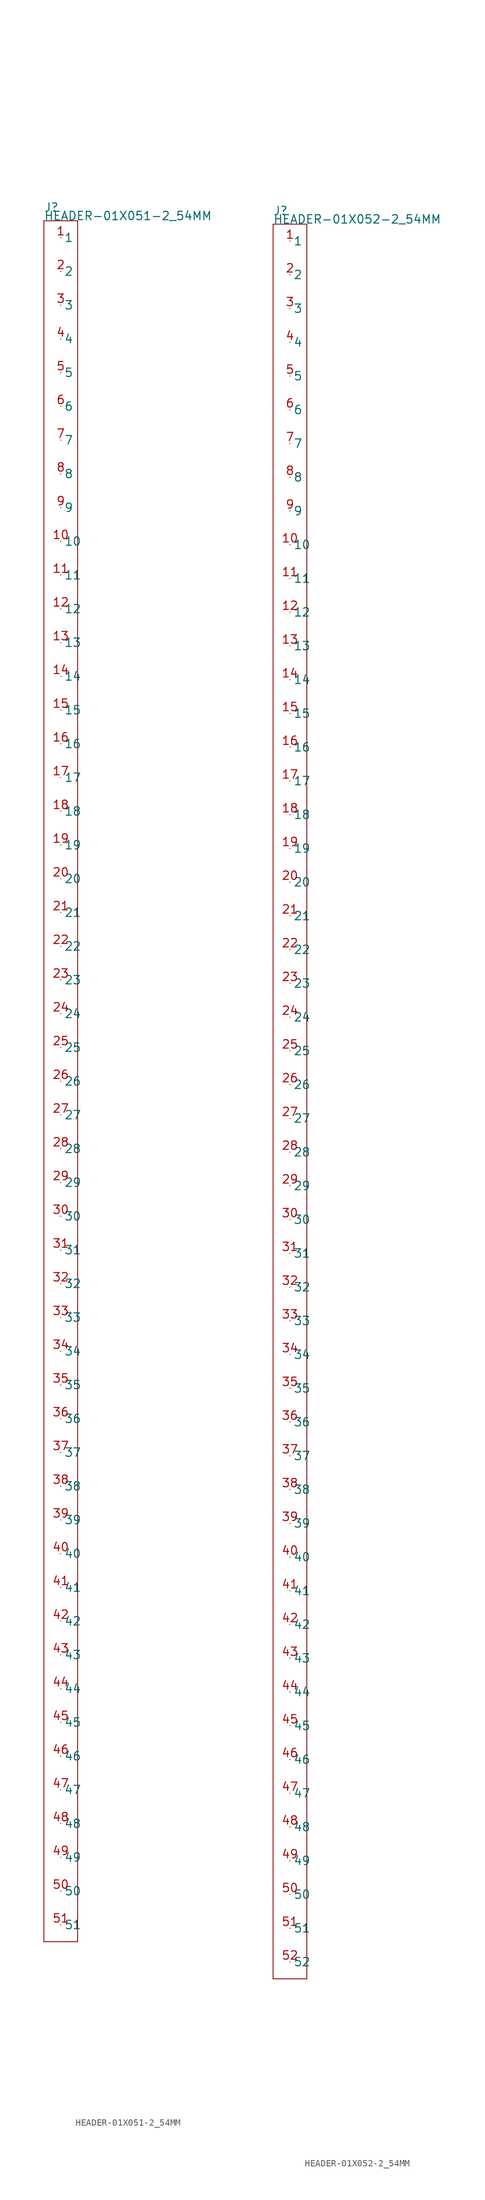
<source format=kicad_sym>
(kicad_symbol_lib
  (version 20211014)
  (generator kicad_symbol_editor)
  (symbol "HEADER-01X051-2_54MM"
    (pin_names)
    (property "Reference" "J"
      (at -2.54 130.81 0)
      (effects (font (size 1.27 1.27)) (justify left bottom)))
    (property "Value" "HEADER-01X051-2_54MM"
      (at -2.54 129.54 0)
      (effects (font (size 1.27 1.27)) (justify left bottom)))
    (property "Datasheet" ""
      (at 0 0 0))
    (property "ki_description" "Header 1x51  - Header Vertical 51POS 2.54MM Technical Specifications: Pitch: 0.1\" (2.54mm) "
      (at 0 0 0))
    (property "ki_fp_filters" "FlashPCB_Connectors:HEADER-THT-01X051-2_54MM FlashPCB_Connectors:HEADER-THT-LONG-01X051-2_54MM FlashPCB_Connectors:HEADER-THT-NOSILK-01X051-2_54MM FlashPCB_Connectors:HEADER-THT-LONG-NOSILK-01X051-2_54MM"
      (at 0 0 0))
    (symbol "HEADER-01X051-2_54MM_1_1"
      (polyline (pts (xy -2.54 129.54) (xy 2.54 129.54)) (stroke (width 0.127)) (fill (type none)))
      (polyline (pts (xy 2.54 129.54) (xy 2.54 -129.54)) (stroke (width 0.127)) (fill (type none)))
      (polyline (pts (xy 2.54 -129.54) (xy -2.54 -129.54)) (stroke (width 0.127)) (fill (type none)))
      (polyline (pts (xy -2.54 -129.54) (xy -2.54 129.54)) (stroke (width 0.127)) (fill (type none)))
      (pin bidirectional line (at 0 127 0) (length 0) (name "1" (effects (font (size 1.27 1.27)))) (number "1" (effects (font (size 1.27 1.27)))))
      (pin bidirectional line (at 0 121.92 0) (length 0) (name "2" (effects (font (size 1.27 1.27)))) (number "2" (effects (font (size 1.27 1.27)))))
      (pin bidirectional line (at 0 116.84 0) (length 0) (name "3" (effects (font (size 1.27 1.27)))) (number "3" (effects (font (size 1.27 1.27)))))
      (pin bidirectional line (at 0 111.76 0) (length 0) (name "4" (effects (font (size 1.27 1.27)))) (number "4" (effects (font (size 1.27 1.27)))))
      (pin bidirectional line (at 0 106.68 0) (length 0) (name "5" (effects (font (size 1.27 1.27)))) (number "5" (effects (font (size 1.27 1.27)))))
      (pin bidirectional line (at 0 101.6 0) (length 0) (name "6" (effects (font (size 1.27 1.27)))) (number "6" (effects (font (size 1.27 1.27)))))
      (pin bidirectional line (at 0 96.52 0) (length 0) (name "7" (effects (font (size 1.27 1.27)))) (number "7" (effects (font (size 1.27 1.27)))))
      (pin bidirectional line (at 0 91.44 0) (length 0) (name "8" (effects (font (size 1.27 1.27)))) (number "8" (effects (font (size 1.27 1.27)))))
      (pin bidirectional line (at 0 86.36 0) (length 0) (name "9" (effects (font (size 1.27 1.27)))) (number "9" (effects (font (size 1.27 1.27)))))
      (pin bidirectional line (at 0 81.28 0) (length 0) (name "10" (effects (font (size 1.27 1.27)))) (number "10" (effects (font (size 1.27 1.27)))))
      (pin bidirectional line (at 0 76.2 0) (length 0) (name "11" (effects (font (size 1.27 1.27)))) (number "11" (effects (font (size 1.27 1.27)))))
      (pin bidirectional line (at 0 71.12 0) (length 0) (name "12" (effects (font (size 1.27 1.27)))) (number "12" (effects (font (size 1.27 1.27)))))
      (pin bidirectional line (at 0 66.04 0) (length 0) (name "13" (effects (font (size 1.27 1.27)))) (number "13" (effects (font (size 1.27 1.27)))))
      (pin bidirectional line (at 0 60.96 0) (length 0) (name "14" (effects (font (size 1.27 1.27)))) (number "14" (effects (font (size 1.27 1.27)))))
      (pin bidirectional line (at 0 55.88 0) (length 0) (name "15" (effects (font (size 1.27 1.27)))) (number "15" (effects (font (size 1.27 1.27)))))
      (pin bidirectional line (at 0 50.8 0) (length 0) (name "16" (effects (font (size 1.27 1.27)))) (number "16" (effects (font (size 1.27 1.27)))))
      (pin bidirectional line (at 0 45.72 0) (length 0) (name "17" (effects (font (size 1.27 1.27)))) (number "17" (effects (font (size 1.27 1.27)))))
      (pin bidirectional line (at 0 40.64 0) (length 0) (name "18" (effects (font (size 1.27 1.27)))) (number "18" (effects (font (size 1.27 1.27)))))
      (pin bidirectional line (at 0 35.56 0) (length 0) (name "19" (effects (font (size 1.27 1.27)))) (number "19" (effects (font (size 1.27 1.27)))))
      (pin bidirectional line (at 0 30.48 0) (length 0) (name "20" (effects (font (size 1.27 1.27)))) (number "20" (effects (font (size 1.27 1.27)))))
      (pin bidirectional line (at 0 25.4 0) (length 0) (name "21" (effects (font (size 1.27 1.27)))) (number "21" (effects (font (size 1.27 1.27)))))
      (pin bidirectional line (at 0 20.32 0) (length 0) (name "22" (effects (font (size 1.27 1.27)))) (number "22" (effects (font (size 1.27 1.27)))))
      (pin bidirectional line (at 0 15.24 0) (length 0) (name "23" (effects (font (size 1.27 1.27)))) (number "23" (effects (font (size 1.27 1.27)))))
      (pin bidirectional line (at 0 10.16 0) (length 0) (name "24" (effects (font (size 1.27 1.27)))) (number "24" (effects (font (size 1.27 1.27)))))
      (pin bidirectional line (at 0 5.08 0) (length 0) (name "25" (effects (font (size 1.27 1.27)))) (number "25" (effects (font (size 1.27 1.27)))))
      (pin bidirectional line (at 0 0 0) (length 0) (name "26" (effects (font (size 1.27 1.27)))) (number "26" (effects (font (size 1.27 1.27)))))
      (pin bidirectional line (at 0 -5.08 0) (length 0) (name "27" (effects (font (size 1.27 1.27)))) (number "27" (effects (font (size 1.27 1.27)))))
      (pin bidirectional line (at 0 -10.16 0) (length 0) (name "28" (effects (font (size 1.27 1.27)))) (number "28" (effects (font (size 1.27 1.27)))))
      (pin bidirectional line (at 0 -15.24 0) (length 0) (name "29" (effects (font (size 1.27 1.27)))) (number "29" (effects (font (size 1.27 1.27)))))
      (pin bidirectional line (at 0 -20.32 0) (length 0) (name "30" (effects (font (size 1.27 1.27)))) (number "30" (effects (font (size 1.27 1.27)))))
      (pin bidirectional line (at 0 -25.4 0) (length 0) (name "31" (effects (font (size 1.27 1.27)))) (number "31" (effects (font (size 1.27 1.27)))))
      (pin bidirectional line (at 0 -30.48 0) (length 0) (name "32" (effects (font (size 1.27 1.27)))) (number "32" (effects (font (size 1.27 1.27)))))
      (pin bidirectional line (at 0 -35.56 0) (length 0) (name "33" (effects (font (size 1.27 1.27)))) (number "33" (effects (font (size 1.27 1.27)))))
      (pin bidirectional line (at 0 -40.64 0) (length 0) (name "34" (effects (font (size 1.27 1.27)))) (number "34" (effects (font (size 1.27 1.27)))))
      (pin bidirectional line (at 0 -45.72 0) (length 0) (name "35" (effects (font (size 1.27 1.27)))) (number "35" (effects (font (size 1.27 1.27)))))
      (pin bidirectional line (at 0 -50.8 0) (length 0) (name "36" (effects (font (size 1.27 1.27)))) (number "36" (effects (font (size 1.27 1.27)))))
      (pin bidirectional line (at 0 -55.88 0) (length 0) (name "37" (effects (font (size 1.27 1.27)))) (number "37" (effects (font (size 1.27 1.27)))))
      (pin bidirectional line (at 0 -60.96 0) (length 0) (name "38" (effects (font (size 1.27 1.27)))) (number "38" (effects (font (size 1.27 1.27)))))
      (pin bidirectional line (at 0 -66.04 0) (length 0) (name "39" (effects (font (size 1.27 1.27)))) (number "39" (effects (font (size 1.27 1.27)))))
      (pin bidirectional line (at 0 -71.12 0) (length 0) (name "40" (effects (font (size 1.27 1.27)))) (number "40" (effects (font (size 1.27 1.27)))))
      (pin bidirectional line (at 0 -76.2 0) (length 0) (name "41" (effects (font (size 1.27 1.27)))) (number "41" (effects (font (size 1.27 1.27)))))
      (pin bidirectional line (at 0 -81.28 0) (length 0) (name "42" (effects (font (size 1.27 1.27)))) (number "42" (effects (font (size 1.27 1.27)))))
      (pin bidirectional line (at 0 -86.36 0) (length 0) (name "43" (effects (font (size 1.27 1.27)))) (number "43" (effects (font (size 1.27 1.27)))))
      (pin bidirectional line (at 0 -91.44 0) (length 0) (name "44" (effects (font (size 1.27 1.27)))) (number "44" (effects (font (size 1.27 1.27)))))
      (pin bidirectional line (at 0 -96.52 0) (length 0) (name "45" (effects (font (size 1.27 1.27)))) (number "45" (effects (font (size 1.27 1.27)))))
      (pin bidirectional line (at 0 -101.6 0) (length 0) (name "46" (effects (font (size 1.27 1.27)))) (number "46" (effects (font (size 1.27 1.27)))))
      (pin bidirectional line (at 0 -106.68 0) (length 0) (name "47" (effects (font (size 1.27 1.27)))) (number "47" (effects (font (size 1.27 1.27)))))
      (pin bidirectional line (at 0 -111.76 0) (length 0) (name "48" (effects (font (size 1.27 1.27)))) (number "48" (effects (font (size 1.27 1.27)))))
      (pin bidirectional line (at 0 -116.84 0) (length 0) (name "49" (effects (font (size 1.27 1.27)))) (number "49" (effects (font (size 1.27 1.27)))))
      (pin bidirectional line (at 0 -121.92 0) (length 0) (name "50" (effects (font (size 1.27 1.27)))) (number "50" (effects (font (size 1.27 1.27)))))
      (pin bidirectional line (at 0 -127 0) (length 0) (name "51" (effects (font (size 1.27 1.27)))) (number "51" (effects (font (size 1.27 1.27)))))))
  (symbol "HEADER-01X052-2_54MM"
    (pin_names)
    (property "Reference" "J"
      (at -2.54 133.35 0)
      (effects (font (size 1.27 1.27)) (justify left bottom)))
    (property "Value" "HEADER-01X052-2_54MM"
      (at -2.54 132.08 0)
      (effects (font (size 1.27 1.27)) (justify left bottom)))
    (property "Datasheet" ""
      (at 0 0 0))
    (property "ki_description" "Header 1x52  - Header Vertical 52POS 2.54MM Technical Specifications: Pitch: 0.1\" (2.54mm) "
      (at 0 0 0))
    (property "ki_fp_filters" "FlashPCB_Connectors:HEADER-THT-01X052-2_54MM FlashPCB_Connectors:HEADER-THT-LONG-01X052-2_54MM FlashPCB_Connectors:HEADER-THT-NOSILK-01X052-2_54MM FlashPCB_Connectors:HEADER-THT-LONG-NOSILK-01X052-2_54MM"
      (at 0 0 0))
    (symbol "HEADER-01X052-2_54MM_1_1"
      (polyline (pts (xy -2.54 132.08) (xy 2.54 132.08)) (stroke (width 0.127)) (fill (type none)))
      (polyline (pts (xy 2.54 132.08) (xy 2.54 -132.08)) (stroke (width 0.127)) (fill (type none)))
      (polyline (pts (xy 2.54 -132.08) (xy -2.54 -132.08)) (stroke (width 0.127)) (fill (type none)))
      (polyline (pts (xy -2.54 -132.08) (xy -2.54 132.08)) (stroke (width 0.127)) (fill (type none)))
      (pin bidirectional line (at 0 129.54 0) (length 0) (name "1" (effects (font (size 1.27 1.27)))) (number "1" (effects (font (size 1.27 1.27)))))
      (pin bidirectional line (at 0 124.46 0) (length 0) (name "2" (effects (font (size 1.27 1.27)))) (number "2" (effects (font (size 1.27 1.27)))))
      (pin bidirectional line (at 0 119.38 0) (length 0) (name "3" (effects (font (size 1.27 1.27)))) (number "3" (effects (font (size 1.27 1.27)))))
      (pin bidirectional line (at 0 114.3 0) (length 0) (name "4" (effects (font (size 1.27 1.27)))) (number "4" (effects (font (size 1.27 1.27)))))
      (pin bidirectional line (at 0 109.22 0) (length 0) (name "5" (effects (font (size 1.27 1.27)))) (number "5" (effects (font (size 1.27 1.27)))))
      (pin bidirectional line (at 0 104.14 0) (length 0) (name "6" (effects (font (size 1.27 1.27)))) (number "6" (effects (font (size 1.27 1.27)))))
      (pin bidirectional line (at 0 99.06 0) (length 0) (name "7" (effects (font (size 1.27 1.27)))) (number "7" (effects (font (size 1.27 1.27)))))
      (pin bidirectional line (at 0 93.98 0) (length 0) (name "8" (effects (font (size 1.27 1.27)))) (number "8" (effects (font (size 1.27 1.27)))))
      (pin bidirectional line (at 0 88.9 0) (length 0) (name "9" (effects (font (size 1.27 1.27)))) (number "9" (effects (font (size 1.27 1.27)))))
      (pin bidirectional line (at 0 83.82 0) (length 0) (name "10" (effects (font (size 1.27 1.27)))) (number "10" (effects (font (size 1.27 1.27)))))
      (pin bidirectional line (at 0 78.74 0) (length 0) (name "11" (effects (font (size 1.27 1.27)))) (number "11" (effects (font (size 1.27 1.27)))))
      (pin bidirectional line (at 0 73.66 0) (length 0) (name "12" (effects (font (size 1.27 1.27)))) (number "12" (effects (font (size 1.27 1.27)))))
      (pin bidirectional line (at 0 68.58 0) (length 0) (name "13" (effects (font (size 1.27 1.27)))) (number "13" (effects (font (size 1.27 1.27)))))
      (pin bidirectional line (at 0 63.5 0) (length 0) (name "14" (effects (font (size 1.27 1.27)))) (number "14" (effects (font (size 1.27 1.27)))))
      (pin bidirectional line (at 0 58.42 0) (length 0) (name "15" (effects (font (size 1.27 1.27)))) (number "15" (effects (font (size 1.27 1.27)))))
      (pin bidirectional line (at 0 53.34 0) (length 0) (name "16" (effects (font (size 1.27 1.27)))) (number "16" (effects (font (size 1.27 1.27)))))
      (pin bidirectional line (at 0 48.26 0) (length 0) (name "17" (effects (font (size 1.27 1.27)))) (number "17" (effects (font (size 1.27 1.27)))))
      (pin bidirectional line (at 0 43.18 0) (length 0) (name "18" (effects (font (size 1.27 1.27)))) (number "18" (effects (font (size 1.27 1.27)))))
      (pin bidirectional line (at 0 38.1 0) (length 0) (name "19" (effects (font (size 1.27 1.27)))) (number "19" (effects (font (size 1.27 1.27)))))
      (pin bidirectional line (at 0 33.02 0) (length 0) (name "20" (effects (font (size 1.27 1.27)))) (number "20" (effects (font (size 1.27 1.27)))))
      (pin bidirectional line (at 0 27.94 0) (length 0) (name "21" (effects (font (size 1.27 1.27)))) (number "21" (effects (font (size 1.27 1.27)))))
      (pin bidirectional line (at 0 22.86 0) (length 0) (name "22" (effects (font (size 1.27 1.27)))) (number "22" (effects (font (size 1.27 1.27)))))
      (pin bidirectional line (at 0 17.78 0) (length 0) (name "23" (effects (font (size 1.27 1.27)))) (number "23" (effects (font (size 1.27 1.27)))))
      (pin bidirectional line (at 0 12.7 0) (length 0) (name "24" (effects (font (size 1.27 1.27)))) (number "24" (effects (font (size 1.27 1.27)))))
      (pin bidirectional line (at 0 7.62 0) (length 0) (name "25" (effects (font (size 1.27 1.27)))) (number "25" (effects (font (size 1.27 1.27)))))
      (pin bidirectional line (at 0 2.54 0) (length 0) (name "26" (effects (font (size 1.27 1.27)))) (number "26" (effects (font (size 1.27 1.27)))))
      (pin bidirectional line (at 0 -2.54 0) (length 0) (name "27" (effects (font (size 1.27 1.27)))) (number "27" (effects (font (size 1.27 1.27)))))
      (pin bidirectional line (at 0 -7.62 0) (length 0) (name "28" (effects (font (size 1.27 1.27)))) (number "28" (effects (font (size 1.27 1.27)))))
      (pin bidirectional line (at 0 -12.7 0) (length 0) (name "29" (effects (font (size 1.27 1.27)))) (number "29" (effects (font (size 1.27 1.27)))))
      (pin bidirectional line (at 0 -17.78 0) (length 0) (name "30" (effects (font (size 1.27 1.27)))) (number "30" (effects (font (size 1.27 1.27)))))
      (pin bidirectional line (at 0 -22.86 0) (length 0) (name "31" (effects (font (size 1.27 1.27)))) (number "31" (effects (font (size 1.27 1.27)))))
      (pin bidirectional line (at 0 -27.94 0) (length 0) (name "32" (effects (font (size 1.27 1.27)))) (number "32" (effects (font (size 1.27 1.27)))))
      (pin bidirectional line (at 0 -33.02 0) (length 0) (name "33" (effects (font (size 1.27 1.27)))) (number "33" (effects (font (size 1.27 1.27)))))
      (pin bidirectional line (at 0 -38.1 0) (length 0) (name "34" (effects (font (size 1.27 1.27)))) (number "34" (effects (font (size 1.27 1.27)))))
      (pin bidirectional line (at 0 -43.18 0) (length 0) (name "35" (effects (font (size 1.27 1.27)))) (number "35" (effects (font (size 1.27 1.27)))))
      (pin bidirectional line (at 0 -48.26 0) (length 0) (name "36" (effects (font (size 1.27 1.27)))) (number "36" (effects (font (size 1.27 1.27)))))
      (pin bidirectional line (at 0 -53.34 0) (length 0) (name "37" (effects (font (size 1.27 1.27)))) (number "37" (effects (font (size 1.27 1.27)))))
      (pin bidirectional line (at 0 -58.42 0) (length 0) (name "38" (effects (font (size 1.27 1.27)))) (number "38" (effects (font (size 1.27 1.27)))))
      (pin bidirectional line (at 0 -63.5 0) (length 0) (name "39" (effects (font (size 1.27 1.27)))) (number "39" (effects (font (size 1.27 1.27)))))
      (pin bidirectional line (at 0 -68.58 0) (length 0) (name "40" (effects (font (size 1.27 1.27)))) (number "40" (effects (font (size 1.27 1.27)))))
      (pin bidirectional line (at 0 -73.66 0) (length 0) (name "41" (effects (font (size 1.27 1.27)))) (number "41" (effects (font (size 1.27 1.27)))))
      (pin bidirectional line (at 0 -78.74 0) (length 0) (name "42" (effects (font (size 1.27 1.27)))) (number "42" (effects (font (size 1.27 1.27)))))
      (pin bidirectional line (at 0 -83.82 0) (length 0) (name "43" (effects (font (size 1.27 1.27)))) (number "43" (effects (font (size 1.27 1.27)))))
      (pin bidirectional line (at 0 -88.9 0) (length 0) (name "44" (effects (font (size 1.27 1.27)))) (number "44" (effects (font (size 1.27 1.27)))))
      (pin bidirectional line (at 0 -93.98 0) (length 0) (name "45" (effects (font (size 1.27 1.27)))) (number "45" (effects (font (size 1.27 1.27)))))
      (pin bidirectional line (at 0 -99.06 0) (length 0) (name "46" (effects (font (size 1.27 1.27)))) (number "46" (effects (font (size 1.27 1.27)))))
      (pin bidirectional line (at 0 -104.14 0) (length 0) (name "47" (effects (font (size 1.27 1.27)))) (number "47" (effects (font (size 1.27 1.27)))))
      (pin bidirectional line (at 0 -109.22 0) (length 0) (name "48" (effects (font (size 1.27 1.27)))) (number "48" (effects (font (size 1.27 1.27)))))
      (pin bidirectional line (at 0 -114.3 0) (length 0) (name "49" (effects (font (size 1.27 1.27)))) (number "49" (effects (font (size 1.27 1.27)))))
      (pin bidirectional line (at 0 -119.38 0) (length 0) (name "50" (effects (font (size 1.27 1.27)))) (number "50" (effects (font (size 1.27 1.27)))))
      (pin bidirectional line (at 0 -124.46 0) (length 0) (name "51" (effects (font (size 1.27 1.27)))) (number "51" (effects (font (size 1.27 1.27)))))
      (pin bidirectional line (at 0 -129.54 0) (length 0) (name "52" (effects (font (size 1.27 1.27)))) (number "52" (effects (font (size 1.27 1.27))))))))
</source>
